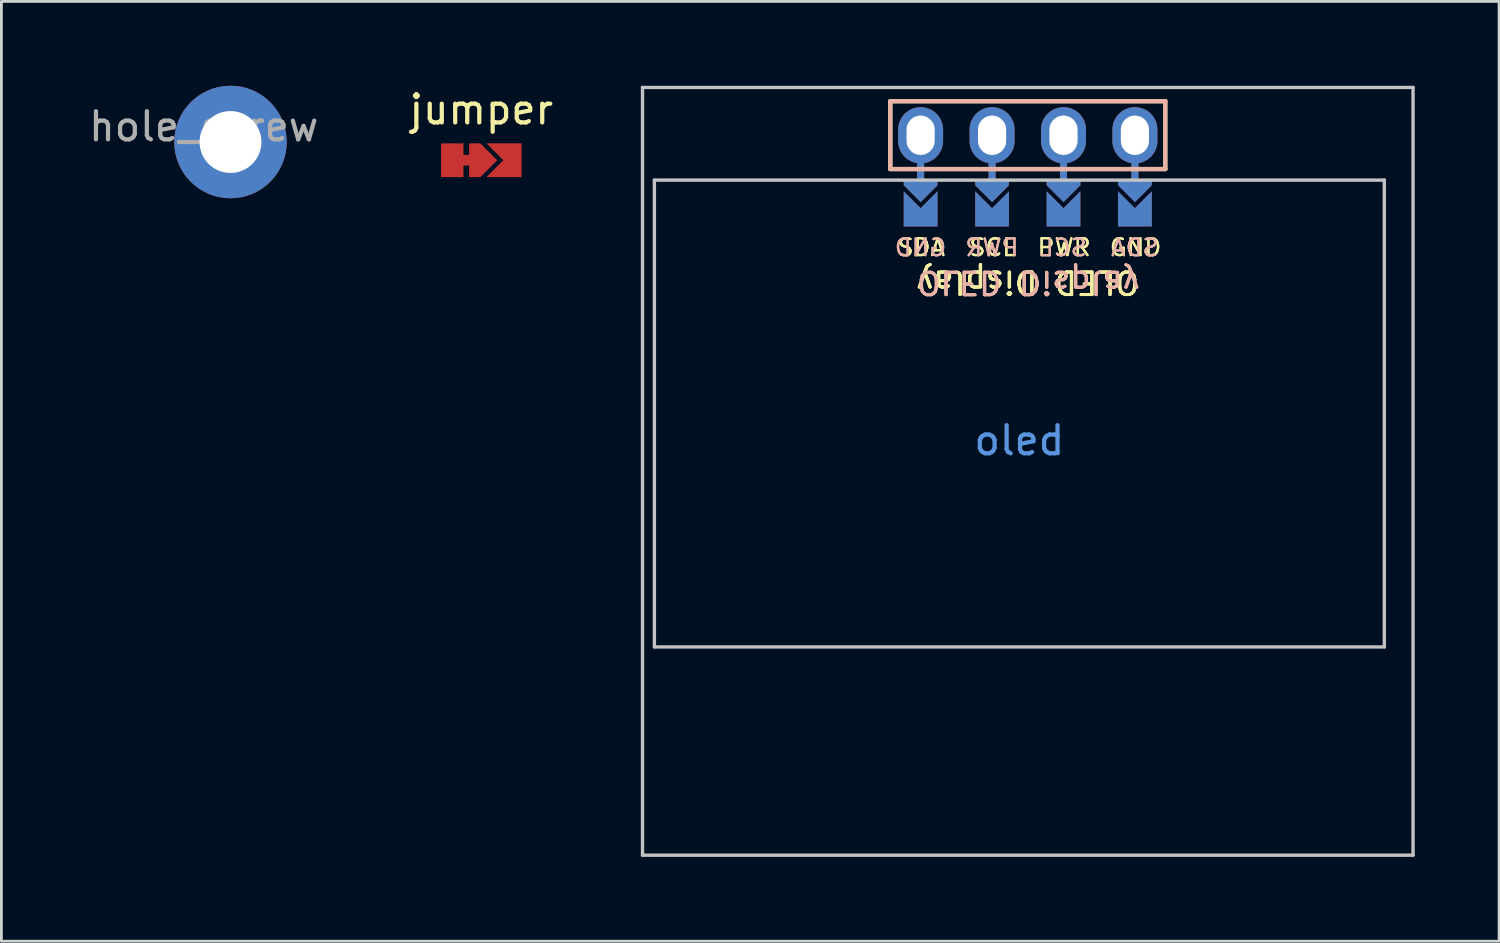
<source format=kicad_pcb>
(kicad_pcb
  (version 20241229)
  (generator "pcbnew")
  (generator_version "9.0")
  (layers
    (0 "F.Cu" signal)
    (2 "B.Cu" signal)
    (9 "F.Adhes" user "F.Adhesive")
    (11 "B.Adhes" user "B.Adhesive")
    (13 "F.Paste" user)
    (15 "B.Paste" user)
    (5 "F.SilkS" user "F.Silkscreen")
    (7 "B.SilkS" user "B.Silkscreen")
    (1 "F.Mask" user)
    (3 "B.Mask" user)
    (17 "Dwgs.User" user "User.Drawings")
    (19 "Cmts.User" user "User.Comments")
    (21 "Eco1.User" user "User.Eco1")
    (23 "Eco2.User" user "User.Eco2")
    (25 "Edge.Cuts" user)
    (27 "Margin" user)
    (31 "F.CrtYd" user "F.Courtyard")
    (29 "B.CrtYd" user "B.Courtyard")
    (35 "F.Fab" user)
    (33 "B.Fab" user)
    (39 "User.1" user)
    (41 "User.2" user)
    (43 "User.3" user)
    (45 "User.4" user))
  (footprint "hole_screw"
    (layer "F.Cu")
    (at 5.146 2)
    (property "Reference" "hole_screw" (at -0.95 -0.55 0) (layer "F.Fab") (effects (font (size 1 1) (thickness 0.15))))
    (attr exclude_from_pos_files exclude_from_bom)
    (pad "" thru_hole circle (at 0 0) (size 4 4) (drill 2.2) (layers "*.Cu" "*.Mask")))
  (footprint "oled"
    (layer "F.Cu")
    (at 33.498 12.36)
    (property "Reference" "oled" (at -0.3 0.254 0) (layer "Cmts.User") (effects (font (size 1 1) (thickness 0.15))))
    (fp_poly (pts (xy -3.303 -7.86) (xy -4.319 -7.86) (xy -4.319 -8.876) (xy -3.303 -8.876)) (stroke (width 0.1) (type solid)) (fill yes) (layer "F.Mask"))
    (fp_poly (pts (xy -0.762 -7.86) (xy -1.778 -7.86) (xy -1.778 -8.876) (xy -0.762 -8.876)) (stroke (width 0.1) (type solid)) (fill yes) (layer "F.Mask"))
    (fp_poly (pts (xy 1.778 -7.86) (xy 0.761 -7.86) (xy 0.761 -8.876) (xy 1.778 -8.876)) (stroke (width 0.1) (type solid)) (fill yes) (layer "F.Mask"))
    (fp_poly (pts (xy 4.317 -7.86) (xy 3.301 -7.86) (xy 3.301 -8.876) (xy 4.317 -8.876)) (stroke (width 0.1) (type solid)) (fill yes) (layer "F.Mask"))
    (fp_poly (pts (xy -3.303 -7.86) (xy -4.319 -7.86) (xy -4.319 -8.876) (xy -3.303 -8.876)) (stroke (width 0.1) (type solid)) (fill yes) (layer "B.Mask"))
    (fp_poly (pts (xy -0.762 -7.86) (xy -1.778 -7.86) (xy -1.778 -8.876) (xy -0.762 -8.876)) (stroke (width 0.1) (type solid)) (fill yes) (layer "B.Mask"))
    (fp_poly (pts (xy 1.778 -7.86) (xy 0.761 -7.86) (xy 0.761 -8.876) (xy 1.778 -8.876)) (stroke (width 0.1) (type solid)) (fill yes) (layer "B.Mask"))
    (fp_poly (pts (xy 4.317 -7.86) (xy 3.301 -7.86) (xy 3.301 -8.876) (xy 4.317 -8.876)) (stroke (width 0.1) (type solid)) (fill yes) (layer "B.Mask"))
    (fp_line (start -4.889 -11.811) (end -4.889 -9.398) (stroke (width 0.15) (type solid)) (layer "F.SilkS"))
    (fp_line (start -4.889 -11.811) (end 4.889 -11.811) (stroke (width 0.15) (type solid)) (layer "F.SilkS"))
    (fp_line (start 4.889 -11.811) (end 4.889 -9.398) (stroke (width 0.15) (type solid)) (layer "F.SilkS"))
    (fp_line (start 4.889 -9.398) (end -4.889 -9.398) (stroke (width 0.15) (type solid)) (layer "F.SilkS"))
    (fp_line (start -4.889 -11.811) (end -4.889 -9.398) (stroke (width 0.15) (type solid)) (layer "B.SilkS"))
    (fp_line (start -4.889 -11.811) (end 4.889 -11.811) (stroke (width 0.15) (type solid)) (layer "B.SilkS"))
    (fp_line (start 4.889 -11.811) (end 4.889 -9.398) (stroke (width 0.15) (type solid)) (layer "B.SilkS"))
    (fp_line (start 4.889 -9.398) (end -4.889 -9.398) (stroke (width 0.15) (type solid)) (layer "B.SilkS"))
    (fp_line (start -13.7 -12.3) (end 13.7 -12.3) (stroke (width 0.12) (type solid)) (layer "Dwgs.User"))
    (fp_line (start -13.7 15) (end -13.7 -12.3) (stroke (width 0.12) (type solid)) (layer "Dwgs.User"))
    (fp_line (start -13.278 -9.005) (end 12.678 -9.005) (stroke (width 0.12) (type solid)) (layer "Dwgs.User"))
    (fp_line (start -13.278 7.595) (end -13.278 -9.005) (stroke (width 0.12) (type solid)) (layer "Dwgs.User"))
    (fp_line (start -13.278 7.595) (end 12.678 7.595) (stroke (width 0.12) (type solid)) (layer "Dwgs.User"))
    (fp_line (start 12.678 7.595) (end 12.678 -9.005) (stroke (width 0.12) (type solid)) (layer "Dwgs.User"))
    (fp_line (start 13.7 -12.3) (end 13.7 15) (stroke (width 0.12) (type solid)) (layer "Dwgs.User"))
    (fp_line (start 13.7 15) (end -13.7 15) (stroke (width 0.12) (type solid)) (layer "Dwgs.User"))
    (fp_text user "OLED Display" (at -0.019 -5.367 180) (unlocked yes) (layer "F.SilkS") (effects (font (size 0.8 0.8) (thickness 0.1))))
    (fp_text user "PWR" (at 1.289 -6.612 180) (layer "F.SilkS") (effects (font (size 0.6 0.6) (thickness 0.08))))
    (fp_text user "GND" (at 3.837 -6.615 180) (layer "F.SilkS") (effects (font (size 0.6 0.6) (thickness 0.08))))
    (fp_text user "SCL" (at -1.243 -6.615 180) (layer "F.SilkS") (effects (font (size 0.6 0.6) (thickness 0.08))))
    (fp_text user "SDA" (at -3.783 -6.615 180) (layer "F.SilkS") (effects (font (size 0.6 0.6) (thickness 0.08))))
    (fp_text user "OLED Display" (at -0.004 -5.371 180) (unlocked yes) (layer "F.SilkS") (effects (font (size 0.8 0.8) (thickness 0.1))))
    (fp_text user "SCL" (at -1.251 -6.612 180) (layer "F.SilkS") (effects (font (size 0.6 0.6) (thickness 0.08))))
    (fp_text user "SDA" (at -3.791 -6.612 180) (layer "F.SilkS") (effects (font (size 0.6 0.6) (thickness 0.08))))
    (fp_text user "OLED Display" (at 0.004 -5.374 180) (unlocked yes) (layer "F.SilkS") (effects (font (size 0.8 0.8) (thickness 0.1))))
    (fp_text user "GND" (at 3.829 -6.612 180) (layer "F.SilkS") (effects (font (size 0.6 0.6) (thickness 0.08))))
    (fp_text user "PWR" (at 1.297 -6.615 180) (layer "F.SilkS") (effects (font (size 0.6 0.6) (thickness 0.08))))
    (fp_text user "OLED Display" (at -0.011 -5.37 180) (unlocked yes) (layer "F.SilkS") (effects (font (size 0.8 0.8) (thickness 0.1))))
    (fp_text user "SDA" (at 3.809 -6.606 180) (layer "B.SilkS") (effects (font (size 0.6 0.6) (thickness 0.08)) (justify mirror)))
    (fp_text user "OLED Display" (at 0.037 -5.361 180) (unlocked yes) (layer "B.SilkS") (effects (font (size 0.8 0.8) (thickness 0.1)) (justify mirror)))
    (fp_text user "GND" (at -3.818 -6.609 180) (layer "B.SilkS") (effects (font (size 0.6 0.6) (thickness 0.08)) (justify mirror)))
    (fp_text user "PWR" (at -1.278 -6.609 180) (layer "B.SilkS") (effects (font (size 0.6 0.6) (thickness 0.08)) (justify mirror)))
    (fp_text user "SDA" (at 3.802 -6.609 180) (layer "B.SilkS") (effects (font (size 0.6 0.6) (thickness 0.08)) (justify mirror)))
    (fp_text user "PWR" (at -1.27 -6.606 180) (layer "B.SilkS") (effects (font (size 0.6 0.6) (thickness 0.08)) (justify mirror)))
    (fp_text user "OLED Display" (at 0.029 -5.364 180) (unlocked yes) (layer "B.SilkS") (effects (font (size 0.8 0.8) (thickness 0.1)) (justify mirror)))
    (fp_text user "SCL" (at 1.27 -6.606 180) (layer "B.SilkS") (effects (font (size 0.6 0.6) (thickness 0.08)) (justify mirror)))
    (fp_text user "OLED Display" (at 0.022 -5.365 180) (unlocked yes) (layer "B.SilkS") (effects (font (size 0.8 0.8) (thickness 0.1)) (justify mirror)))
    (fp_text user "GND" (at -3.811 -6.606 180) (layer "B.SilkS") (effects (font (size 0.6 0.6) (thickness 0.08)) (justify mirror)))
    (fp_text user "SCL" (at 1.262 -6.609 180) (layer "B.SilkS") (effects (font (size 0.6 0.6) (thickness 0.08)) (justify mirror)))
    (fp_text user "OLED Display" (at 0.014 -5.368 180) (unlocked yes) (layer "B.SilkS") (effects (font (size 0.8 0.8) (thickness 0.1)) (justify mirror)))
    (pad "" thru_hole oval (at -3.811 -10.6 90) (size 2 1.6) (drill oval 1.4 1) (layers "*.Cu" "*.Mask"))
    (pad "" smd custom (at -3.811 -9.13) (size 0.25 1) (layers "F.Cu") (options (anchor rect)) (primitives))
    (pad "" smd custom (at -3.811 -9.13) (size 0.25 1) (layers "B.Cu") (options (anchor rect)) (primitives))
    (pad "" smd custom (at -3.811 -8.622) (size 0.1 0.1) (layers "F.Cu" "F.Mask") (options (anchor rect)) (primitives (gr_poly (pts (xy 0.6 -0.2) (xy 0 0.4) (xy -0.6 -0.2) (xy -0.6 -0.4) (xy 0.6 -0.4)) (width 0) (fill yes))))
    (pad "" smd custom (at -3.811 -8.622) (size 0.1 0.1) (layers "B.Cu" "B.Mask") (options (anchor rect)) (primitives (gr_poly (pts (xy 0.6 -0.2) (xy 0 0.4) (xy -0.6 -0.2) (xy -0.6 -0.4) (xy 0.6 -0.4)) (width 0) (fill yes))))
    (pad "" thru_hole oval (at -1.27 -10.6 90) (size 2 1.6) (drill oval 1.4 1) (layers "*.Cu" "*.Mask"))
    (pad "" smd custom (at -1.27 -9.13) (size 0.25 1) (layers "F.Cu") (options (anchor rect)) (primitives))
    (pad "" smd custom (at -1.27 -9.13) (size 0.25 1) (layers "B.Cu") (options (anchor rect)) (primitives))
    (pad "" smd custom (at -1.27 -8.622) (size 0.1 0.1) (layers "F.Cu" "F.Mask") (options (anchor rect)) (primitives (gr_poly (pts (xy 0.6 -0.2) (xy 0 0.4) (xy -0.6 -0.2) (xy -0.6 -0.4) (xy 0.6 -0.4)) (width 0) (fill yes))))
    (pad "" smd custom (at -1.27 -8.622) (size 0.1 0.1) (layers "B.Cu" "B.Mask") (options (anchor rect)) (primitives (gr_poly (pts (xy 0.6 -0.2) (xy 0 0.4) (xy -0.6 -0.2) (xy -0.6 -0.4) (xy 0.6 -0.4)) (width 0) (fill yes))))
    (pad "" thru_hole oval (at 1.27 -10.6 90) (size 2 1.6) (drill oval 1.4 1) (layers "*.Cu" "*.Mask"))
    (pad "" smd custom (at 1.27 -9.13) (size 0.25 1) (layers "F.Cu") (options (anchor rect)) (primitives))
    (pad "" smd custom (at 1.27 -9.13) (size 0.25 1) (layers "B.Cu") (options (anchor rect)) (primitives))
    (pad "" smd custom (at 1.27 -8.622) (size 0.1 0.1) (layers "F.Cu" "F.Mask") (options (anchor rect)) (primitives (gr_poly (pts (xy 0.6 -0.2) (xy 0 0.4) (xy -0.6 -0.2) (xy -0.6 -0.4) (xy 0.6 -0.4)) (width 0) (fill yes))))
    (pad "" smd custom (at 1.27 -8.622) (size 0.1 0.1) (layers "B.Cu" "B.Mask") (options (anchor rect)) (primitives (gr_poly (pts (xy 0.6 -0.2) (xy 0 0.4) (xy -0.6 -0.2) (xy -0.6 -0.4) (xy 0.6 -0.4)) (width 0) (fill yes))))
    (pad "" thru_hole oval (at 3.809 -10.6 90) (size 2 1.6) (drill oval 1.4 1) (layers "*.Cu" "*.Mask"))
    (pad "" smd custom (at 3.809 -9.13) (size 0.25 1) (layers "F.Cu") (options (anchor rect)) (primitives))
    (pad "" smd custom (at 3.809 -9.13) (size 0.25 1) (layers "B.Cu") (options (anchor rect)) (primitives))
    (pad "" smd custom (at 3.809 -8.622) (size 0.1 0.1) (layers "F.Cu" "F.Mask") (options (anchor rect)) (primitives (gr_poly (pts (xy 0.6 -0.2) (xy 0 0.4) (xy -0.6 -0.2) (xy -0.6 -0.4) (xy 0.6 -0.4)) (width 0) (fill yes))))
    (pad "" smd custom (at 3.809 -8.622) (size 0.1 0.1) (layers "B.Cu" "B.Mask") (options (anchor rect)) (primitives (gr_poly (pts (xy 0.6 -0.2) (xy 0 0.4) (xy -0.6 -0.2) (xy -0.6 -0.4) (xy 0.6 -0.4)) (width 0) (fill yes))))
    (pad "1" smd custom (at -3.811 -7.606) (size 1.2 0.5) (layers "B.Cu" "B.Mask") (options (anchor rect)) (primitives (gr_poly (pts (xy 0.6 0) (xy -0.6 0) (xy -0.6 -1) (xy 0 -0.4) (xy 0.6 -1)) (width 0) (fill yes))))
    (pad "1" smd custom (at 3.809 -7.606) (size 1.2 0.5) (layers "F.Cu" "F.Mask") (options (anchor rect)) (primitives (gr_poly (pts (xy 0.6 0) (xy -0.6 0) (xy -0.6 -1) (xy 0 -0.4) (xy 0.6 -1)) (width 0) (fill yes))))
    (pad "2" smd custom (at -1.27 -7.606) (size 1.2 0.5) (layers "B.Cu" "B.Mask") (options (anchor rect)) (primitives (gr_poly (pts (xy 0.6 0) (xy -0.6 0) (xy -0.6 -1) (xy 0 -0.4) (xy 0.6 -1)) (width 0) (fill yes))))
    (pad "2" smd custom (at 1.27 -7.606) (size 1.2 0.5) (layers "F.Cu" "F.Mask") (options (anchor rect)) (primitives (gr_poly (pts (xy 0.6 0) (xy -0.6 0) (xy -0.6 -1) (xy 0 -0.4) (xy 0.6 -1)) (width 0) (fill yes))))
    (pad "3" smd custom (at -1.27 -7.606) (size 1.2 0.5) (layers "F.Cu" "F.Mask") (options (anchor rect)) (primitives (gr_poly (pts (xy 0.6 0) (xy -0.6 0) (xy -0.6 -1) (xy 0 -0.4) (xy 0.6 -1)) (width 0) (fill yes))))
    (pad "3" smd custom (at 1.27 -7.606) (size 1.2 0.5) (layers "B.Cu" "B.Mask") (options (anchor rect)) (primitives (gr_poly (pts (xy 0.6 0) (xy -0.6 0) (xy -0.6 -1) (xy 0 -0.4) (xy 0.6 -1)) (width 0) (fill yes))))
    (pad "4" smd custom (at -3.811 -7.606) (size 1.2 0.5) (layers "F.Cu" "F.Mask") (options (anchor rect)) (primitives (gr_poly (pts (xy 0.6 0) (xy -0.6 0) (xy -0.6 -1) (xy 0 -0.4) (xy 0.6 -1)) (width 0) (fill yes))))
    (pad "4" smd custom (at 3.809 -7.606) (size 1.2 0.5) (layers "B.Cu" "B.Mask") (options (anchor rect)) (primitives (gr_poly (pts (xy 0.6 0) (xy -0.6 0) (xy -0.6 -1) (xy 0 -0.4) (xy 0.6 -1)) (width 0) (fill yes)))))
  (footprint "jumper"
    (layer "F.Cu")
    (at 14.065 2.648)
    (property "Reference" "jumper" (at 0 -1.8 0) (layer "F.SilkS") (effects (font (size 1 1) (thickness 0.15))))
    (attr exclude_from_pos_files)
    (fp_poly (pts (xy 0.929 -0.508) (xy 0.929 0.508) (xy -0.087 0.508) (xy -0.087 -0.508)) (stroke (width 0.1) (type solid)) (fill yes) (layer "F.Mask"))
    (pad "" smd rect (at -0.533 0 90) (size 0.381 0.381) (layers "F.Cu" "F.Mask" "F.Paste"))
    (pad "1" smd rect (at -1.033 0) (size 0.8 1.2) (layers "F.Cu" "F.Mask" "F.Paste"))
    (pad "2" smd custom (at 0.167 0 90) (size 0.1 0.1) (layers "F.Cu" "F.Mask") (options (anchor rect)) (primitives (gr_poly (pts (xy 0.6 -0.2) (xy 0 0.4) (xy -0.6 -0.2) (xy -0.6 -0.6) (xy 0.6 -0.6)) (width 0) (fill yes))))
    (pad "3" smd custom (at 1.183 0 90) (size 1.2 0.5) (layers "F.Cu" "F.Mask") (options (anchor rect)) (primitives (gr_poly (pts (xy 0.6 0) (xy -0.6 0) (xy -0.6 -1) (xy 0 -0.4) (xy 0.6 -1)) (width 0) (fill yes)))))
  (gr_rect
    (start -3 -3)
    (end 50.258 30.42)
    (stroke (width 0.1) (type default))
    (fill no)
    (layer "Edge.Cuts")))
</source>
